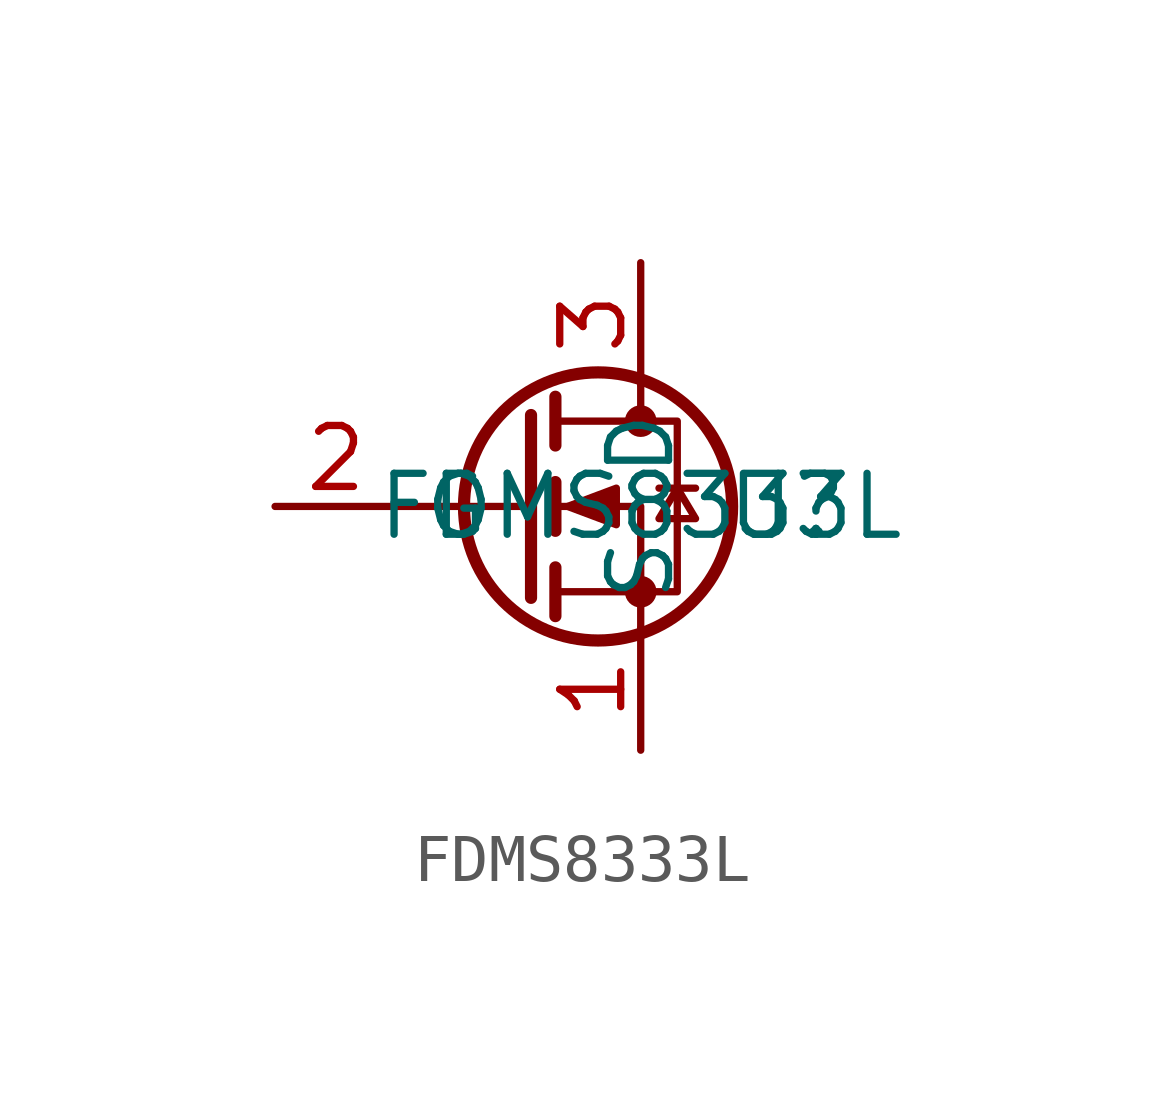
<source format=kicad_sym>
(kicad_symbol_lib
  (version 20241209)
  (generator "kicad_symbol_editor")
  (generator_version "9.0")
  (symbol "FDMS8333L"
    (property "Reference" "U"
      (at 3.048 0 0)
      (effects (font (size 1.27 1.27))))
    (property "Value" "FDMS8333L"
      (at 0 0 0)
      (effects (font (size 1.27 1.27))))
    (symbol "FDMS8333L_0_1"
      (polyline (pts (xy -2.286 1.905) (xy -2.286 -1.905)) (stroke (width 0.254) (type default)) (fill (type none)))
      (polyline (pts (xy -2.286 0) (xy -5.08 0)) (stroke (width 0) (type default)) (fill (type none)))
      (polyline (pts (xy -1.778 2.286) (xy -1.778 1.27)) (stroke (width 0.254) (type default)) (fill (type none)))
      (polyline (pts (xy -1.778 0.508) (xy -1.778 -0.508)) (stroke (width 0.254) (type default)) (fill (type none)))
      (polyline (pts (xy -1.778 -1.27) (xy -1.778 -2.286)) (stroke (width 0.254) (type default)) (fill (type none)))
      (polyline (pts (xy -1.778 -1.778) (xy 0.762 -1.778) (xy 0.762 1.778) (xy -1.778 1.778)) (stroke (width 0) (type default)) (fill (type none)))
      (polyline (pts (xy -1.524 0) (xy -0.508 0.381) (xy -0.508 -0.381) (xy -1.524 0)) (stroke (width 0) (type default)) (fill (type outline)))
      (circle (center -0.889 0) (radius 2.794) (stroke (width 0.254) (type default)) (fill (type none)))
      (polyline (pts (xy 0 2.54) (xy 0 1.778)) (stroke (width 0) (type default)) (fill (type none)))
      (circle (center 0 1.778) (radius 0.254) (stroke (width 0) (type default)) (fill (type outline)))
      (circle (center 0 -1.778) (radius 0.254) (stroke (width 0) (type default)) (fill (type outline)))
      (polyline (pts (xy 0 -2.54) (xy 0 0) (xy -1.778 0)) (stroke (width 0) (type default)) (fill (type none)))
      (polyline (pts (xy 0.381 0.381) (xy 1.143 0.381)) (stroke (width 0) (type default)) (fill (type none)))
      (polyline (pts (xy 0.762 0.381) (xy 0.381 -0.254) (xy 1.143 -0.254) (xy 0.762 0.381)) (stroke (width 0) (type default)) (fill (type none))))
    (symbol "FDMS8333L_1_1"
      (pin input line (at -7.62 0 0) (length 2.54) (name "G" (effects (font (size 1.27 1.27)))) (number "2" (effects (font (size 1.27 1.27)))))
      (pin passive line (at 0 5.08 270) (length 2.54) (name "D" (effects (font (size 1.27 1.27)))) (number "3" (effects (font (size 1.27 1.27)))))
      (pin passive line (at 0 -5.08 90) (length 2.54) (name "S" (effects (font (size 1.27 1.27)))) (number "1" (effects (font (size 1.27 1.27))))))))
</source>
